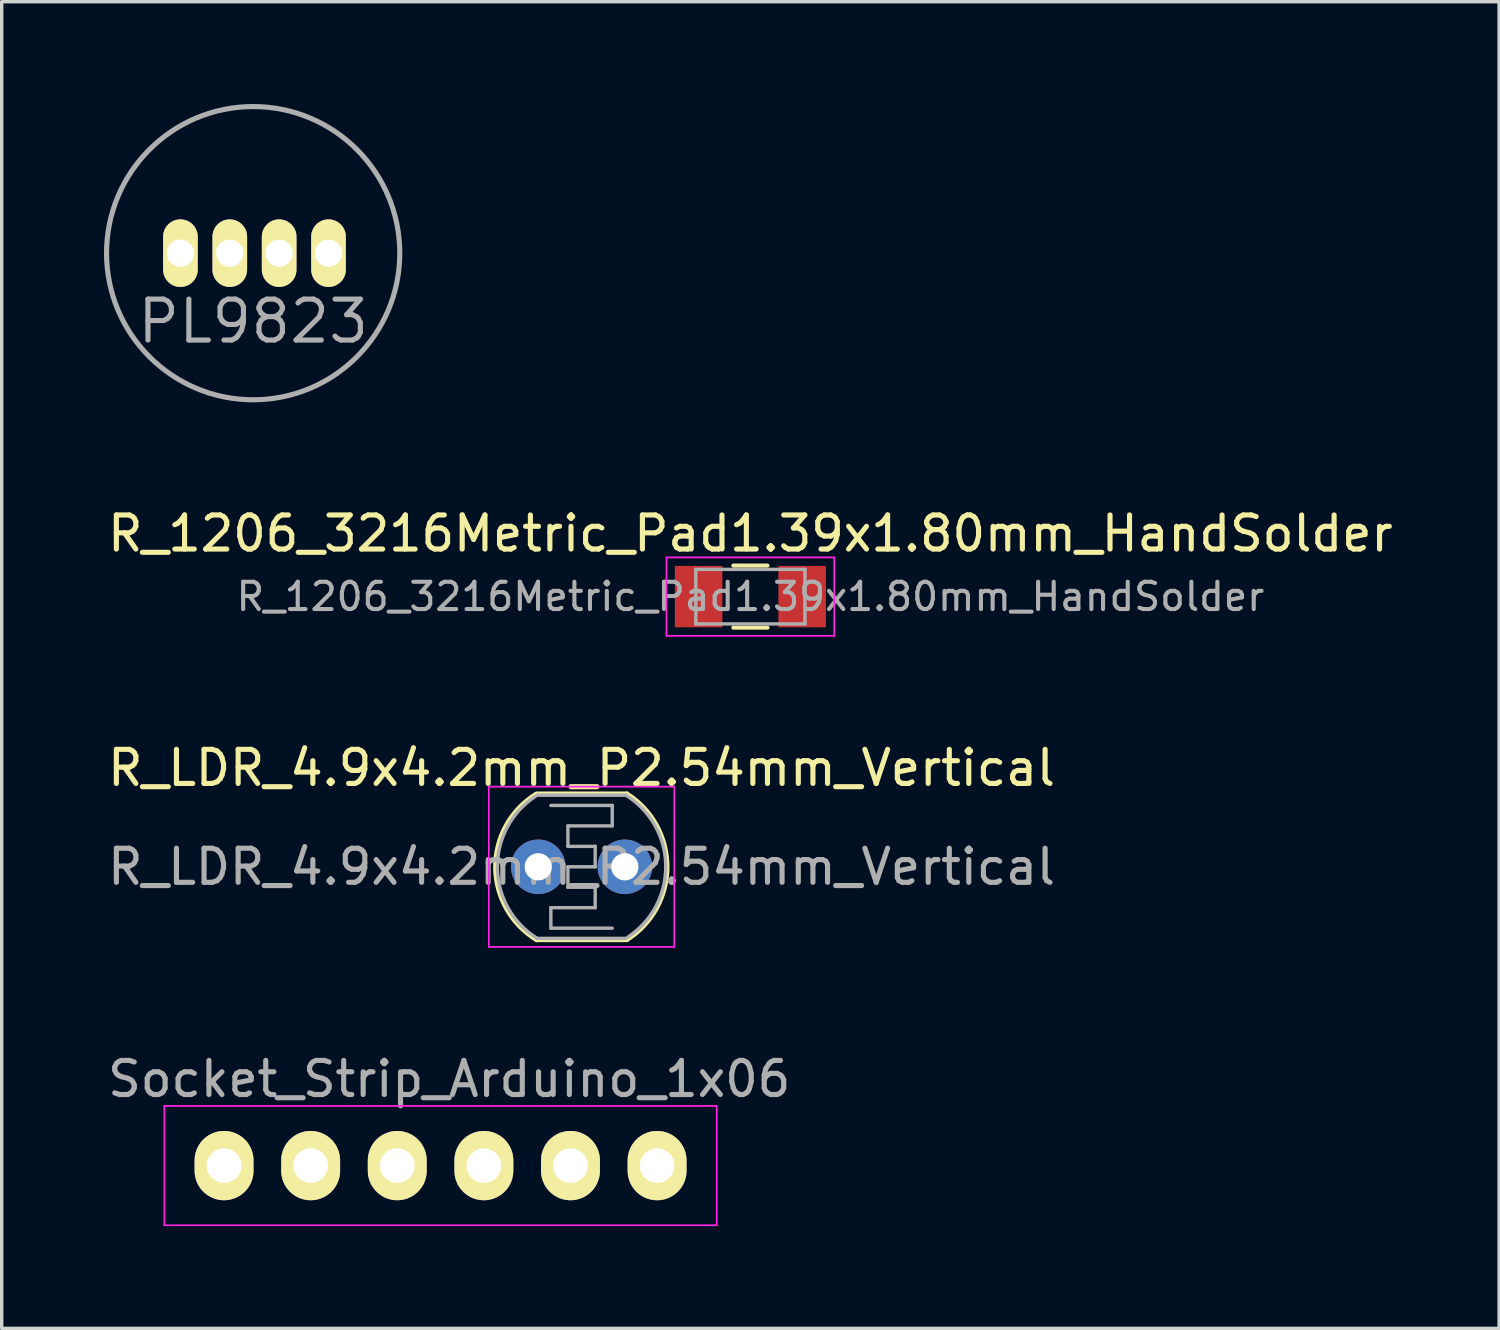
<source format=kicad_pcb>
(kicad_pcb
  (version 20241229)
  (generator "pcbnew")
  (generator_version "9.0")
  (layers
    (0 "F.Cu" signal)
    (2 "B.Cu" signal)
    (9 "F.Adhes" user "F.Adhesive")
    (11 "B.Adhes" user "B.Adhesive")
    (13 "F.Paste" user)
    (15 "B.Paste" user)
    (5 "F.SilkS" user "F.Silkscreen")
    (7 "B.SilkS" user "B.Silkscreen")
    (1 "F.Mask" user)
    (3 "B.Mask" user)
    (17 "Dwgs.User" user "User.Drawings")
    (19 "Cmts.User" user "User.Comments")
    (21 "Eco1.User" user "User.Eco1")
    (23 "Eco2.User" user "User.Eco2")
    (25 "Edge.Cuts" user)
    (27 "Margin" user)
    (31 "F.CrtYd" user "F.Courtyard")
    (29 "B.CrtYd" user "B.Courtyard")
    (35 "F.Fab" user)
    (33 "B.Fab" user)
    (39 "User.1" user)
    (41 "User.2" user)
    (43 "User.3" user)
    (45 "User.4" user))
  (footprint "R_LDR_4.9x4.2mm_P2.54mm_Vertical"
    (layer "F.Cu")
    (at 12.736 22.372)
    (property "Reference" "R_LDR_4.9x4.2mm_P2.54mm_Vertical" (at 1.27 -2.9 0) (layer "F.SilkS") (effects (font (size 1 1) (thickness 0.15))))
    (attr through_hole)
    (fp_line (start -0.05 -2.15) (end 2.6 -2.15) (stroke (width 0.12) (type solid)) (layer "F.SilkS"))
    (fp_line (start -0.05 2.15) (end 2.6 2.15) (stroke (width 0.12) (type solid)) (layer "F.SilkS"))
    (fp_arc (start -0.05 2.15) (mid -1.262424 0.01494) (end -0.075476 -2.134388) (stroke (width 0.12) (type solid)) (layer "F.SilkS"))
    (fp_arc (start 2.6 -2.15) (mid 3.788646 -0.016616) (end 2.628027 2.132145) (stroke (width 0.12) (type solid)) (layer "F.SilkS"))
    (fp_line (start -1.45 -2.35) (end -1.45 2.35) (stroke (width 0.05) (type solid)) (layer "F.CrtYd"))
    (fp_line (start -1.45 -2.35) (end 3.99 -2.35) (stroke (width 0.05) (type solid)) (layer "F.CrtYd"))
    (fp_line (start 3.99 2.35) (end -1.45 2.35) (stroke (width 0.05) (type solid)) (layer "F.CrtYd"))
    (fp_line (start 3.99 2.35) (end 3.99 -2.35) (stroke (width 0.05) (type solid)) (layer "F.CrtYd"))
    (fp_line (start -0.03 -2.1) (end 2.57 -2.1) (stroke (width 0.1) (type solid)) (layer "F.Fab"))
    (fp_line (start 0.37 -1.8) (end 2.17 -1.8) (stroke (width 0.1) (type solid)) (layer "F.Fab"))
    (fp_line (start 0.37 1.2) (end 0.37 1.8) (stroke (width 0.1) (type solid)) (layer "F.Fab"))
    (fp_line (start 0.37 1.2) (end 1.67 1.2) (stroke (width 0.1) (type solid)) (layer "F.Fab"))
    (fp_line (start 0.37 1.8) (end 2.17 1.8) (stroke (width 0.1) (type solid)) (layer "F.Fab"))
    (fp_line (start 0.87 -1.2) (end 0.87 -0.6) (stroke (width 0.1) (type solid)) (layer "F.Fab"))
    (fp_line (start 0.87 -1.2) (end 2.17 -1.2) (stroke (width 0.1) (type solid)) (layer "F.Fab"))
    (fp_line (start 0.87 0) (end 0.87 0.6) (stroke (width 0.1) (type solid)) (layer "F.Fab"))
    (fp_line (start 0.87 0) (end 1.67 0) (stroke (width 0.1) (type solid)) (layer "F.Fab"))
    (fp_line (start 1.67 -0.6) (end 0.87 -0.6) (stroke (width 0.1) (type solid)) (layer "F.Fab"))
    (fp_line (start 1.67 -0.6) (end 1.67 0) (stroke (width 0.1) (type solid)) (layer "F.Fab"))
    (fp_line (start 1.67 0.6) (end 0.87 0.6) (stroke (width 0.1) (type solid)) (layer "F.Fab"))
    (fp_line (start 1.67 0.6) (end 1.67 1.2) (stroke (width 0.1) (type solid)) (layer "F.Fab"))
    (fp_line (start 2.17 -1.8) (end 2.17 -1.2) (stroke (width 0.1) (type solid)) (layer "F.Fab"))
    (fp_line (start 2.57 2.1) (end -0.03 2.1) (stroke (width 0.1) (type solid)) (layer "F.Fab"))
    (fp_arc (start -0.03 2.1) (mid -1.199612 0.031921) (end -0.083843 -2.065698) (stroke (width 0.1) (type solid)) (layer "F.Fab"))
    (fp_arc (start 2.57 -2.1) (mid 3.739612 -0.031921) (end 2.623843 2.065698) (stroke (width 0.1) (type solid)) (layer "F.Fab"))
    (fp_text user "${REFERENCE}" (at 1.27 0 0) (layer "F.Fab") (effects (font (size 1 1) (thickness 0.15))))
    (pad "1" thru_hole circle (at 0 0) (size 1.6 1.6) (drill 0.8) (layers "*.Cu" "*.Mask"))
    (pad "2" thru_hole circle (at 2.54 0) (size 1.6 1.6) (drill 0.8) (layers "*.Cu" "*.Mask")))
  (footprint "R_1206_3216Metric_Pad1.39x1.80mm_HandSolder"
    (layer "F.Cu")
    (at 18.958 14.448)
    (property "Reference" "R_1206_3216Metric_Pad1.39x1.80mm_HandSolder" (at 0 -1.85 0) (layer "F.SilkS") (effects (font (size 1 1) (thickness 0.15))))
    (attr smd)
    (fp_line (start -0.5 -0.91) (end 0.5 -0.91) (stroke (width 0.12) (type solid)) (layer "F.SilkS"))
    (fp_line (start -0.5 0.91) (end 0.5 0.91) (stroke (width 0.12) (type solid)) (layer "F.SilkS"))
    (fp_line (start -2.46 -1.15) (end 2.46 -1.15) (stroke (width 0.05) (type solid)) (layer "F.CrtYd"))
    (fp_line (start -2.46 1.15) (end -2.46 -1.15) (stroke (width 0.05) (type solid)) (layer "F.CrtYd"))
    (fp_line (start 2.46 -1.15) (end 2.46 1.15) (stroke (width 0.05) (type solid)) (layer "F.CrtYd"))
    (fp_line (start 2.46 1.15) (end -2.46 1.15) (stroke (width 0.05) (type solid)) (layer "F.CrtYd"))
    (fp_line (start -1.6 -0.8) (end 1.6 -0.8) (stroke (width 0.1) (type solid)) (layer "F.Fab"))
    (fp_line (start -1.6 0.8) (end -1.6 -0.8) (stroke (width 0.1) (type solid)) (layer "F.Fab"))
    (fp_line (start 1.6 -0.8) (end 1.6 0.8) (stroke (width 0.1) (type solid)) (layer "F.Fab"))
    (fp_line (start 1.6 0.8) (end -1.6 0.8) (stroke (width 0.1) (type solid)) (layer "F.Fab"))
    (fp_text user "${REFERENCE}" (at 0 0 0) (layer "F.Fab") (effects (font (size 0.8 0.8) (thickness 0.12))))
    (pad "1" smd rect (at -1.518 0) (size 1.395 1.8) (layers "F.Cu" "F.Mask" "F.Paste"))
    (pad "2" smd rect (at 1.518 0) (size 1.395 1.8) (layers "F.Cu" "F.Mask" "F.Paste")))
  (footprint "PL9823"
    (layer "F.Cu")
    (at 4.375 4.375)
    (property "Reference" "PL9823" (at 0 2 0) (layer "F.Fab") (effects (font (size 1.2 1.2) (thickness 0.15))))
    (attr through_hole)
    (fp_circle (center 0 0) (end 4.3 0) (stroke (width 0.15) (type solid)) (fill no) (layer "F.Fab"))
    (pad "1" thru_hole oval (at -2.134 0) (size 1.016 1.981) (drill 0.8) (layers "*.Cu" "*.Mask" "F.SilkS"))
    (pad "2" thru_hole oval (at -0.686 0) (size 1.016 1.981) (drill 0.8) (layers "*.Cu" "*.Mask" "F.SilkS"))
    (pad "3" thru_hole oval (at 0.762 0) (size 1.016 1.981) (drill 0.8) (layers "*.Cu" "*.Mask" "F.SilkS"))
    (pad "4" thru_hole oval (at 2.21 0) (size 1.016 1.981) (drill 0.8) (layers "*.Cu" "*.Mask" "F.SilkS")))
  (footprint "Socket_Strip_Arduino_1x06"
    (layer "F.Cu")
    (at 3.521 31.135)
    (property "Reference" "Socket_Strip_Arduino_1x06" (at 6.604 -2.54 0) (layer "F.Fab") (effects (font (size 1 1) (thickness 0.15))))
    (attr through_hole)
    (fp_line (start -1.75 -1.75) (end -1.75 1.75) (stroke (width 0.05) (type solid)) (layer "F.CrtYd"))
    (fp_line (start -1.75 -1.75) (end 14.45 -1.75) (stroke (width 0.05) (type solid)) (layer "F.CrtYd"))
    (fp_line (start -1.75 1.75) (end 14.45 1.75) (stroke (width 0.05) (type solid)) (layer "F.CrtYd"))
    (fp_line (start 14.45 -1.75) (end 14.45 1.75) (stroke (width 0.05) (type solid)) (layer "F.CrtYd"))
    (pad "1" thru_hole oval (at 0 0) (size 1.727 2.032) (drill 1.016) (layers "*.Cu" "*.Mask" "F.SilkS"))
    (pad "2" thru_hole oval (at 2.54 0) (size 1.727 2.032) (drill 1.016) (layers "*.Cu" "*.Mask" "F.SilkS"))
    (pad "3" thru_hole oval (at 5.08 0) (size 1.727 2.032) (drill 1.016) (layers "*.Cu" "*.Mask" "F.SilkS"))
    (pad "4" thru_hole oval (at 7.62 0) (size 1.727 2.032) (drill 1.016) (layers "*.Cu" "*.Mask" "F.SilkS"))
    (pad "5" thru_hole oval (at 10.16 0) (size 1.727 2.032) (drill 1.016) (layers "*.Cu" "*.Mask" "F.SilkS"))
    (pad "6" thru_hole oval (at 12.7 0) (size 1.727 2.032) (drill 1.016) (layers "*.Cu" "*.Mask" "F.SilkS")))
  (gr_rect
    (start -3 -3)
    (end 40.917 35.91)
    (stroke (width 0.1) (type default))
    (fill no)
    (layer "Edge.Cuts")))
</source>
